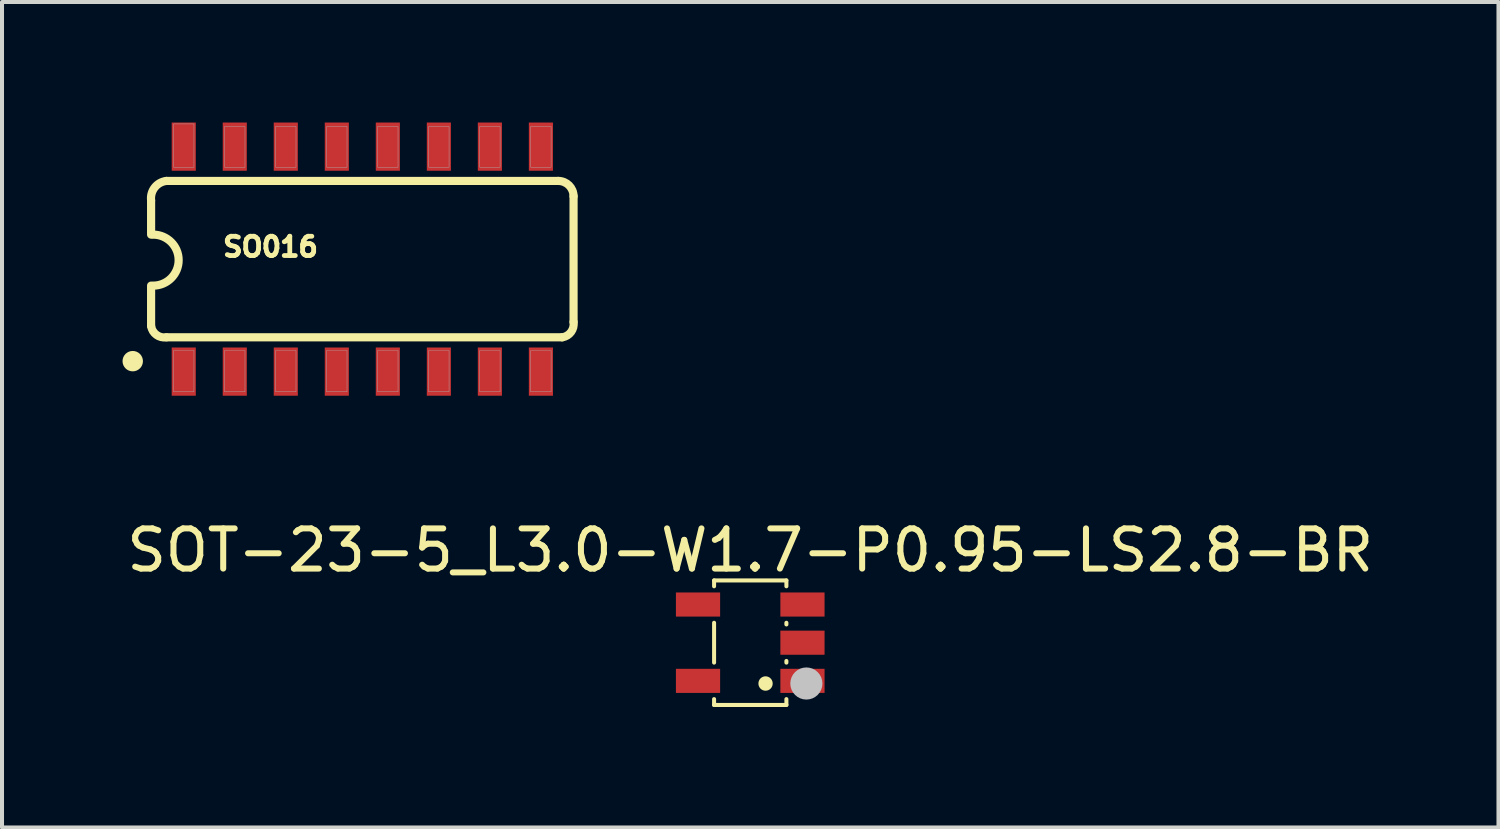
<source format=kicad_pcb>
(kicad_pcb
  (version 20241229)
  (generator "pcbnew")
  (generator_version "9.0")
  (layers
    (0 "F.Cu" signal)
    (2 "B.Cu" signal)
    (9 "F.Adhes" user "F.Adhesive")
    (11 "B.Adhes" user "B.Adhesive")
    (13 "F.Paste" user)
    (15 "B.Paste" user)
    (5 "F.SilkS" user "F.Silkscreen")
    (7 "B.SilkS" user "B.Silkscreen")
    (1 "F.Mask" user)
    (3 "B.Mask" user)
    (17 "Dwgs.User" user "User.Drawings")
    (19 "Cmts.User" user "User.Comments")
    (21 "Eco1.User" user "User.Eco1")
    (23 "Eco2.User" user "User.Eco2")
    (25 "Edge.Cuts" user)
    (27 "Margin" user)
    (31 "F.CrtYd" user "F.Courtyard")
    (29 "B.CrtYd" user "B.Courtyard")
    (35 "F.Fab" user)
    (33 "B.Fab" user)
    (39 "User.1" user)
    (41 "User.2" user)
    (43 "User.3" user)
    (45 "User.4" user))
  (footprint "SOT-23-5_L3.0-W1.7-P0.95-LS2.8-BR"
    (layer "F.Cu")
    (at 15.625 12.948)
    (property "Reference" "SOT-23-5_L3.0-W1.7-P0.95-LS2.8-BR" (at 0 -2.3 0) (layer "F.SilkS") (effects (font (size 1 1) (thickness 0.15))))
    (fp_line (start -0.9 -1.55) (end -0.9 -1.404) (stroke (width 0.1) (type default)) (layer "F.SilkS"))
    (fp_line (start -0.9 -1.55) (end 0.9 -1.55) (stroke (width 0.1) (type default)) (layer "F.SilkS"))
    (fp_line (start -0.9 -0.496) (end -0.9 0.496) (stroke (width 0.1) (type default)) (layer "F.SilkS"))
    (fp_line (start -0.9 1.404) (end -0.9 1.55) (stroke (width 0.1) (type default)) (layer "F.SilkS"))
    (fp_line (start -0.9 1.55) (end 0.9 1.55) (stroke (width 0.1) (type default)) (layer "F.SilkS"))
    (fp_line (start 0.9 -1.55) (end 0.9 -1.404) (stroke (width 0.1) (type default)) (layer "F.SilkS"))
    (fp_line (start 0.9 -0.496) (end 0.9 -0.454) (stroke (width 0.1) (type default)) (layer "F.SilkS"))
    (fp_line (start 0.9 0.454) (end 0.9 0.496) (stroke (width 0.1) (type default)) (layer "F.SilkS"))
    (fp_line (start 0.9 1.404) (end 0.9 1.55) (stroke (width 0.1) (type default)) (layer "F.SilkS"))
    (fp_poly (pts (arc (start 0.204 1.016) (mid 0.381 0.836989) (end 0.558 1.016)) (arc (start 0.558 1.016) (mid 0.381 1.195011) (end 0.204 1.016))) (stroke (width 0) (type default)) (fill yes) (layer "F.SilkS"))
    (fp_circle (center 1.397 1.016) (end 1.597 1.016) (stroke (width 0.4) (type default)) (fill no) (layer "Dwgs.User"))
    (fp_poly (pts (xy -1.4 -0.75) (xy -1.4 -1.15) (xy -0.95 -1.15) (xy -0.95 -0.75)) (stroke (width 0.1) (type default)) (fill no) (layer "User.1"))
    (fp_poly (pts (xy -1.4 1.15) (xy -1.4 0.75) (xy -0.95 0.75) (xy -0.95 1.15)) (stroke (width 0.1) (type default)) (fill no) (layer "User.1"))
    (fp_poly (pts (xy -0.96 -0.75) (xy -0.96 -1.15) (xy -0.79 -1.15) (xy -0.79 -0.75)) (stroke (width 0.1) (type default)) (fill no) (layer "User.1"))
    (fp_poly (pts (xy -0.96 1.15) (xy -0.96 0.75) (xy -0.79 0.75) (xy -0.79 1.15)) (stroke (width 0.1) (type default)) (fill no) (layer "User.1"))
    (fp_poly (pts (xy 0.79 -0.75) (xy 0.79 -1.15) (xy 0.96 -1.15) (xy 0.96 -0.75)) (stroke (width 0.1) (type default)) (fill no) (layer "User.1"))
    (fp_poly (pts (xy 0.79 0.2) (xy 0.79 -0.2) (xy 0.96 -0.2) (xy 0.96 0.2)) (stroke (width 0.1) (type default)) (fill no) (layer "User.1"))
    (fp_poly (pts (xy 0.79 1.15) (xy 0.79 0.75) (xy 0.96 0.75) (xy 0.96 1.15)) (stroke (width 0.1) (type default)) (fill no) (layer "User.1"))
    (fp_poly (pts (xy 0.95 -0.75) (xy 0.95 -1.15) (xy 1.4 -1.15) (xy 1.4 -0.75)) (stroke (width 0.1) (type default)) (fill no) (layer "User.1"))
    (fp_poly (pts (xy 0.95 0.2) (xy 0.95 -0.2) (xy 1.4 -0.2) (xy 1.4 0.2)) (stroke (width 0.1) (type default)) (fill no) (layer "User.1"))
    (fp_poly (pts (xy 0.95 1.15) (xy 0.95 0.75) (xy 1.4 0.75) (xy 1.4 1.15)) (stroke (width 0.1) (type default)) (fill no) (layer "User.1"))
    (fp_line (start -0.8 -1.45) (end 0.8 -1.45) (stroke (width 0.051) (type default)) (layer "User.2"))
    (fp_line (start -0.8 1.45) (end -0.8 -1.45) (stroke (width 0.051) (type default)) (layer "User.2"))
    (fp_line (start 0.8 -1.45) (end 0.8 1.45) (stroke (width 0.051) (type default)) (layer "User.2"))
    (fp_line (start 0.8 1.45) (end -0.8 1.45) (stroke (width 0.051) (type default)) (layer "User.2"))
    (fp_poly (pts (xy 1.455 1.427) (xy 1.423 1.395) (xy 1.377 1.395) (xy 1.345 1.427) (xy 1.345 1.473) (xy 1.377 1.505) (xy 1.423 1.505) (xy 1.455 1.473)) (stroke (width 0.1) (type default)) (fill no) (layer "User.3"))
    (pad "1" smd rect (at 1.3 0.95) (size 1.1 0.6) (layers "F.Cu" "F.Mask" "F.Paste"))
    (pad "2" smd rect (at 1.3 0) (size 1.1 0.6) (layers "F.Cu" "F.Mask" "F.Paste"))
    (pad "3" smd rect (at 1.3 -0.95) (size 1.1 0.6) (layers "F.Cu" "F.Mask" "F.Paste"))
    (pad "4" smd rect (at -1.3 -0.95) (size 1.1 0.6) (layers "F.Cu" "F.Mask" "F.Paste"))
    (pad "5" smd rect (at -1.3 0.95) (size 1.1 0.6) (layers "F.Cu" "F.Mask" "F.Paste")))
  (footprint "SO016"
    (layer "F.Cu")
    (at 5.969 3.4)
    (property "Reference" "SO016" (at -2.286 -0.305 0) (layer "F.SilkS") (effects (font (size 0.48 0.48) (thickness 0.15))))
    (attr smd)
    (fp_line (start -5.258 -1.453) (end -5.258 -0.61) (stroke (width 0.203) (type solid)) (layer "F.SilkS"))
    (fp_line (start -5.258 1.665) (end -5.258 0.66) (stroke (width 0.203) (type solid)) (layer "F.SilkS"))
    (fp_line (start -4.877 1.946) (end 4.977 1.946) (stroke (width 0.203) (type solid)) (layer "F.SilkS"))
    (fp_line (start 4.877 -1.946) (end -4.877 -1.946) (stroke (width 0.203) (type solid)) (layer "F.SilkS"))
    (fp_line (start 5.258 1.565) (end 5.258 -1.565) (stroke (width 0.203) (type solid)) (layer "F.SilkS"))
    (fp_arc (start -5.2578 -1.4653) (mid -5.166948 -1.784731) (end -4.8768 -1.9463) (stroke (width 0.2032) (type solid)) (layer "F.SilkS"))
    (fp_arc (start -5.207 -0.6096) (mid -4.572 0.0254) (end -5.207 0.6604) (stroke (width 0.2032) (type solid)) (layer "F.SilkS"))
    (fp_arc (start -4.8768 1.9463) (mid -5.125497 1.884708) (end -5.2578 1.6653) (stroke (width 0.2032) (type solid)) (layer "F.SilkS"))
    (fp_arc (start 4.8768 -1.9463) (mid 5.146237 -1.834737) (end 5.2578 -1.5653) (stroke (width 0.2032) (type solid)) (layer "F.SilkS"))
    (fp_arc (start 5.2578 1.5653) (mid 5.196208 1.813997) (end 4.9768 1.9463) (stroke (width 0.2032) (type solid)) (layer "F.SilkS"))
    (fp_circle (center -5.715 2.54) (end -5.588 2.54) (stroke (width 0.254) (type solid)) (fill no) (layer "F.SilkS"))
    (fp_poly (pts (xy -4.699 -3.365) (xy -4.191 -3.365) (xy -4.191 -2.286) (xy -4.699 -2.286)) (stroke (width 0.01) (type solid)) (fill no) (layer "F.Fab"))
    (fp_poly (pts (xy -4.699 2.273) (xy -4.191 2.273) (xy -4.191 3.302) (xy -4.699 3.302)) (stroke (width 0.01) (type solid)) (fill no) (layer "F.Fab"))
    (fp_poly (pts (xy -3.429 -3.302) (xy -2.921 -3.302) (xy -2.921 -2.286) (xy -3.429 -2.286)) (stroke (width 0.01) (type solid)) (fill no) (layer "F.Fab"))
    (fp_poly (pts (xy -3.429 2.273) (xy -2.921 2.273) (xy -2.921 3.302) (xy -3.429 3.302)) (stroke (width 0.01) (type solid)) (fill no) (layer "F.Fab"))
    (fp_poly (pts (xy -2.159 -3.302) (xy -1.651 -3.302) (xy -1.651 -2.286) (xy -2.159 -2.286)) (stroke (width 0.01) (type solid)) (fill no) (layer "F.Fab"))
    (fp_poly (pts (xy -2.159 2.273) (xy -1.651 2.273) (xy -1.651 3.302) (xy -2.159 3.302)) (stroke (width 0.01) (type solid)) (fill no) (layer "F.Fab"))
    (fp_poly (pts (xy -0.889 -3.302) (xy -0.381 -3.302) (xy -0.381 -2.286) (xy -0.889 -2.286)) (stroke (width 0.01) (type solid)) (fill no) (layer "F.Fab"))
    (fp_poly (pts (xy -0.889 2.273) (xy -0.381 2.273) (xy -0.381 3.302) (xy -0.889 3.302)) (stroke (width 0.01) (type solid)) (fill no) (layer "F.Fab"))
    (fp_poly (pts (xy 0.381 -3.302) (xy 0.889 -3.302) (xy 0.889 -2.286) (xy 0.381 -2.286)) (stroke (width 0.01) (type solid)) (fill no) (layer "F.Fab"))
    (fp_poly (pts (xy 0.381 2.273) (xy 0.889 2.273) (xy 0.889 3.302) (xy 0.381 3.302)) (stroke (width 0.01) (type solid)) (fill no) (layer "F.Fab"))
    (fp_poly (pts (xy 1.651 -3.302) (xy 2.159 -3.302) (xy 2.159 -2.286) (xy 1.651 -2.286)) (stroke (width 0.01) (type solid)) (fill no) (layer "F.Fab"))
    (fp_poly (pts (xy 1.651 2.273) (xy 2.159 2.273) (xy 2.159 3.302) (xy 1.651 3.302)) (stroke (width 0.01) (type solid)) (fill no) (layer "F.Fab"))
    (fp_poly (pts (xy 2.921 -3.302) (xy 3.429 -3.302) (xy 3.429 -2.286) (xy 2.921 -2.286)) (stroke (width 0.01) (type solid)) (fill no) (layer "F.Fab"))
    (fp_poly (pts (xy 2.921 2.273) (xy 3.429 2.273) (xy 3.429 3.302) (xy 2.921 3.302)) (stroke (width 0.01) (type solid)) (fill no) (layer "F.Fab"))
    (fp_poly (pts (xy 4.191 -3.302) (xy 4.699 -3.302) (xy 4.699 -2.286) (xy 4.191 -2.286)) (stroke (width 0.01) (type solid)) (fill no) (layer "F.Fab"))
    (fp_poly (pts (xy 4.191 2.273) (xy 4.699 2.273) (xy 4.699 3.302) (xy 4.191 3.302)) (stroke (width 0.01) (type solid)) (fill no) (layer "F.Fab"))
    (pad "1" smd rect (at -4.445 2.8) (size 0.6 1.2) (layers "F.Cu" "F.Mask" "F.Paste"))
    (pad "2" smd rect (at -3.175 2.8) (size 0.6 1.2) (layers "F.Cu" "F.Mask" "F.Paste"))
    (pad "3" smd rect (at -1.905 2.8) (size 0.6 1.2) (layers "F.Cu" "F.Mask" "F.Paste"))
    (pad "4" smd rect (at -0.635 2.8) (size 0.6 1.2) (layers "F.Cu" "F.Mask" "F.Paste"))
    (pad "5" smd rect (at 0.635 2.8) (size 0.6 1.2) (layers "F.Cu" "F.Mask" "F.Paste"))
    (pad "6" smd rect (at 1.905 2.8) (size 0.6 1.2) (layers "F.Cu" "F.Mask" "F.Paste"))
    (pad "7" smd rect (at 3.175 2.8) (size 0.6 1.2) (layers "F.Cu" "F.Mask" "F.Paste"))
    (pad "8" smd rect (at 4.445 2.8) (size 0.6 1.2) (layers "F.Cu" "F.Mask" "F.Paste"))
    (pad "9" smd rect (at 4.445 -2.8) (size 0.6 1.2) (layers "F.Cu" "F.Mask" "F.Paste"))
    (pad "10" smd rect (at 3.175 -2.8) (size 0.6 1.2) (layers "F.Cu" "F.Mask" "F.Paste"))
    (pad "11" smd rect (at 1.905 -2.8) (size 0.6 1.2) (layers "F.Cu" "F.Mask" "F.Paste"))
    (pad "12" smd rect (at 0.635 -2.8) (size 0.6 1.2) (layers "F.Cu" "F.Mask" "F.Paste"))
    (pad "13" smd rect (at -0.635 -2.8) (size 0.6 1.2) (layers "F.Cu" "F.Mask" "F.Paste"))
    (pad "14" smd rect (at -1.905 -2.8) (size 0.6 1.2) (layers "F.Cu" "F.Mask" "F.Paste"))
    (pad "15" smd rect (at -3.175 -2.8) (size 0.6 1.2) (layers "F.Cu" "F.Mask" "F.Paste"))
    (pad "16" smd rect (at -4.445 -2.8) (size 0.6 1.2) (layers "F.Cu" "F.Mask" "F.Paste")))
  (gr_rect
    (start -3 -3)
    (end 34.25 17.548)
    (stroke (width 0.1) (type default))
    (fill no)
    (layer "Edge.Cuts")))
</source>
